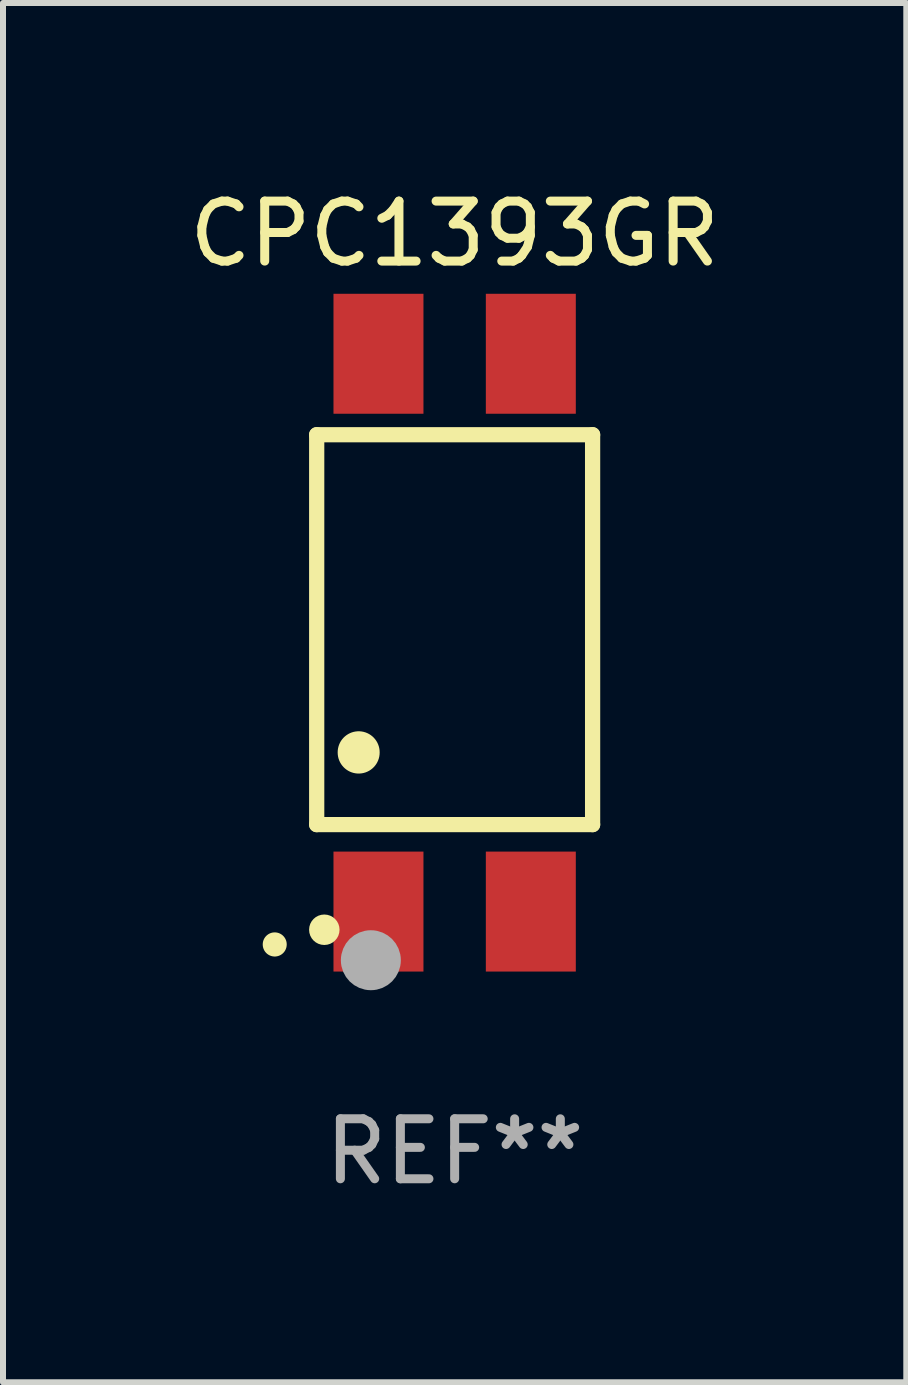
<source format=kicad_pcb>
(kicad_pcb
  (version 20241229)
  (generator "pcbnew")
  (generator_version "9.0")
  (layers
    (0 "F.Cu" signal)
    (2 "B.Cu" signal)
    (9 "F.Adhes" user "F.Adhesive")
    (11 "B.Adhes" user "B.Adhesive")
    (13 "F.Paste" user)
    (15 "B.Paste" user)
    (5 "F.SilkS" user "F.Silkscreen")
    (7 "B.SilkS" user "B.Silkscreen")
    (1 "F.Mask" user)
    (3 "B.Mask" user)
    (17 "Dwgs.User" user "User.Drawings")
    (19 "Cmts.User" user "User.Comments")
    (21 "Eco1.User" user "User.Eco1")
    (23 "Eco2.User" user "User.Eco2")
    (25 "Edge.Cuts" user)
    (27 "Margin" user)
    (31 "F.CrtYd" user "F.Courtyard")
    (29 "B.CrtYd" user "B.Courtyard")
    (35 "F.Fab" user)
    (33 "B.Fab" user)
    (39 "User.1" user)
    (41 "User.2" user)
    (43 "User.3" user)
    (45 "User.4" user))
  (footprint "CPC1393GR"
    (layer "F.Cu")
    (at 4.53 7.498)
    (property "Reference" "CPC1393GR" (at 0 -6.65 0) (layer "F.SilkS") (effects (font (size 1 1) (thickness 0.15))))
    (attr through_hole)
    (fp_line (start -2.3 -3.3) (end -2.3 3.2) (stroke (width 0.254) (type solid)) (layer "F.SilkS"))
    (fp_line (start -2.3 -3.3) (end 2.3 -3.3) (stroke (width 0.254) (type solid)) (layer "F.SilkS"))
    (fp_line (start -2.3 3.2) (end 2.3 3.2) (stroke (width 0.254) (type solid)) (layer "F.SilkS"))
    (fp_line (start 2.3 -3.3) (end 2.3 3.2) (stroke (width 0.254) (type solid)) (layer "F.SilkS"))
    (fp_arc (start -2.999746 5.19939) (mid -2.99975 5.19812) (end -2.999746 5.19685) (stroke (width 0.4) (type solid)) (layer "F.SilkS"))
    (fp_arc (start -1.600203 1.998984) (mid -1.600212 1.996444) (end -1.600203 1.993904) (stroke (width 0.700003) (type solid)) (layer "F.SilkS"))
    (fp_circle (center -2.173 4.953) (end -2.046 4.953) (stroke (width 0.254) (type solid)) (fill no) (layer "F.SilkS"))
    (fp_circle (center -1.397 5.461) (end -1.147 5.461) (stroke (width 0.5) (type solid)) (fill no) (layer "F.Fab"))
    (fp_text user "REF**" (at 0 8.65 0) (layer "F.Fab") (effects (font (size 1 1) (thickness 0.15))))
    (pad "1" smd rect (at -1.27 4.65 180) (size 1.5 2) (layers "F.Cu" "F.Mask" "F.Paste"))
    (pad "2" smd rect (at 1.27 4.65 180) (size 1.5 2) (layers "F.Cu" "F.Mask" "F.Paste"))
    (pad "3" smd rect (at 1.27 -4.65 180) (size 1.5 2) (layers "F.Cu" "F.Mask" "F.Paste"))
    (pad "4" smd rect (at -1.27 -4.65 180) (size 1.5 2) (layers "F.Cu" "F.Mask" "F.Paste")))
  (gr_rect
    (start -3 -3)
    (end 12.06 19.996)
    (stroke (width 0.1) (type default))
    (fill no)
    (layer "Edge.Cuts")))
</source>
